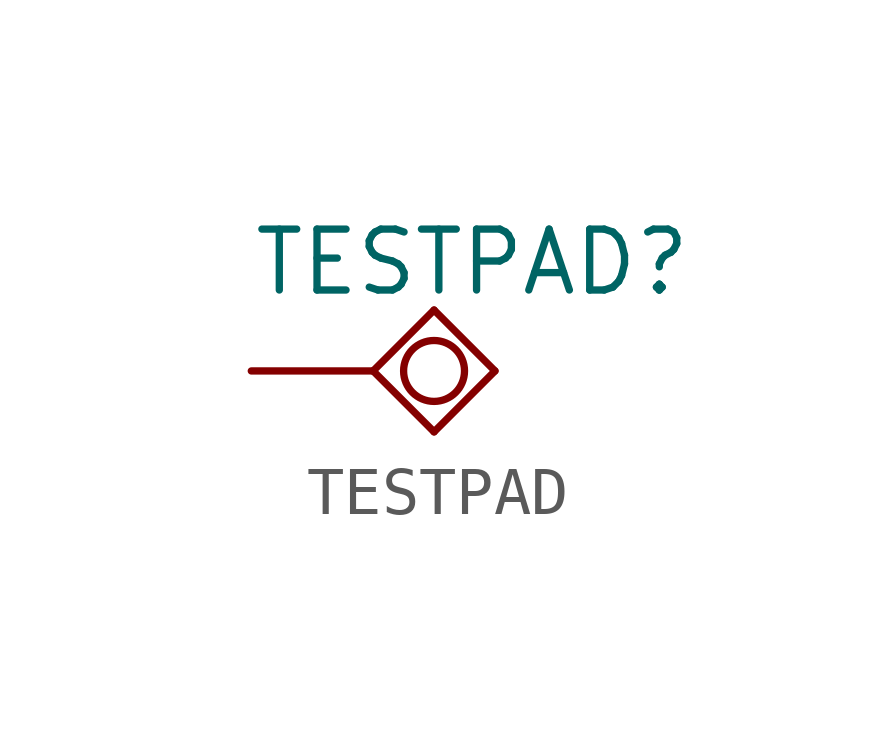
<source format=kicad_sym>
(kicad_symbol_lib
  (version 20231120)
  (generator "kicad_symbol_editor")
  (generator_version "8.0")
  (symbol "TESTPAD"
    (pin_numbers hide)
    (pin_names
      (offset 0) hide)
    (property "Reference" "TESTPAD"
      (at -2.54 1.524 0)
      (effects (font (size 1.27 1.27)) (justify left bottom)))
    (property "Datasheet" ""
      (at 0 0 90)
      (effects (font (size 1.524 1.524))))
    (symbol "TESTPAD_1_0"
      (polyline (pts (xy 0 0) (xy 1.27 -1.27)) (stroke (width 0) (type solid)) (fill (type none)))
      (polyline (pts (xy 1.27 -1.27) (xy 2.54 0)) (stroke (width 0) (type solid)) (fill (type none)))
      (polyline (pts (xy 1.27 1.27) (xy 0 0)) (stroke (width 0) (type solid)) (fill (type none)))
      (polyline (pts (xy 2.54 0) (xy 1.27 1.27)) (stroke (width 0) (type solid)) (fill (type none))))
    (symbol "TESTPAD_1_1"
      (circle (center 1.27 0) (radius 0.635) (stroke (width 0) (type solid)) (fill (type none)))
      (pin passive line (at -2.54 0 0) (length 2.54) (name "Pad" (effects (font (size 1.016 1.016)))) (number "1" (effects (font (size 1.016 1.016))))))))
</source>
